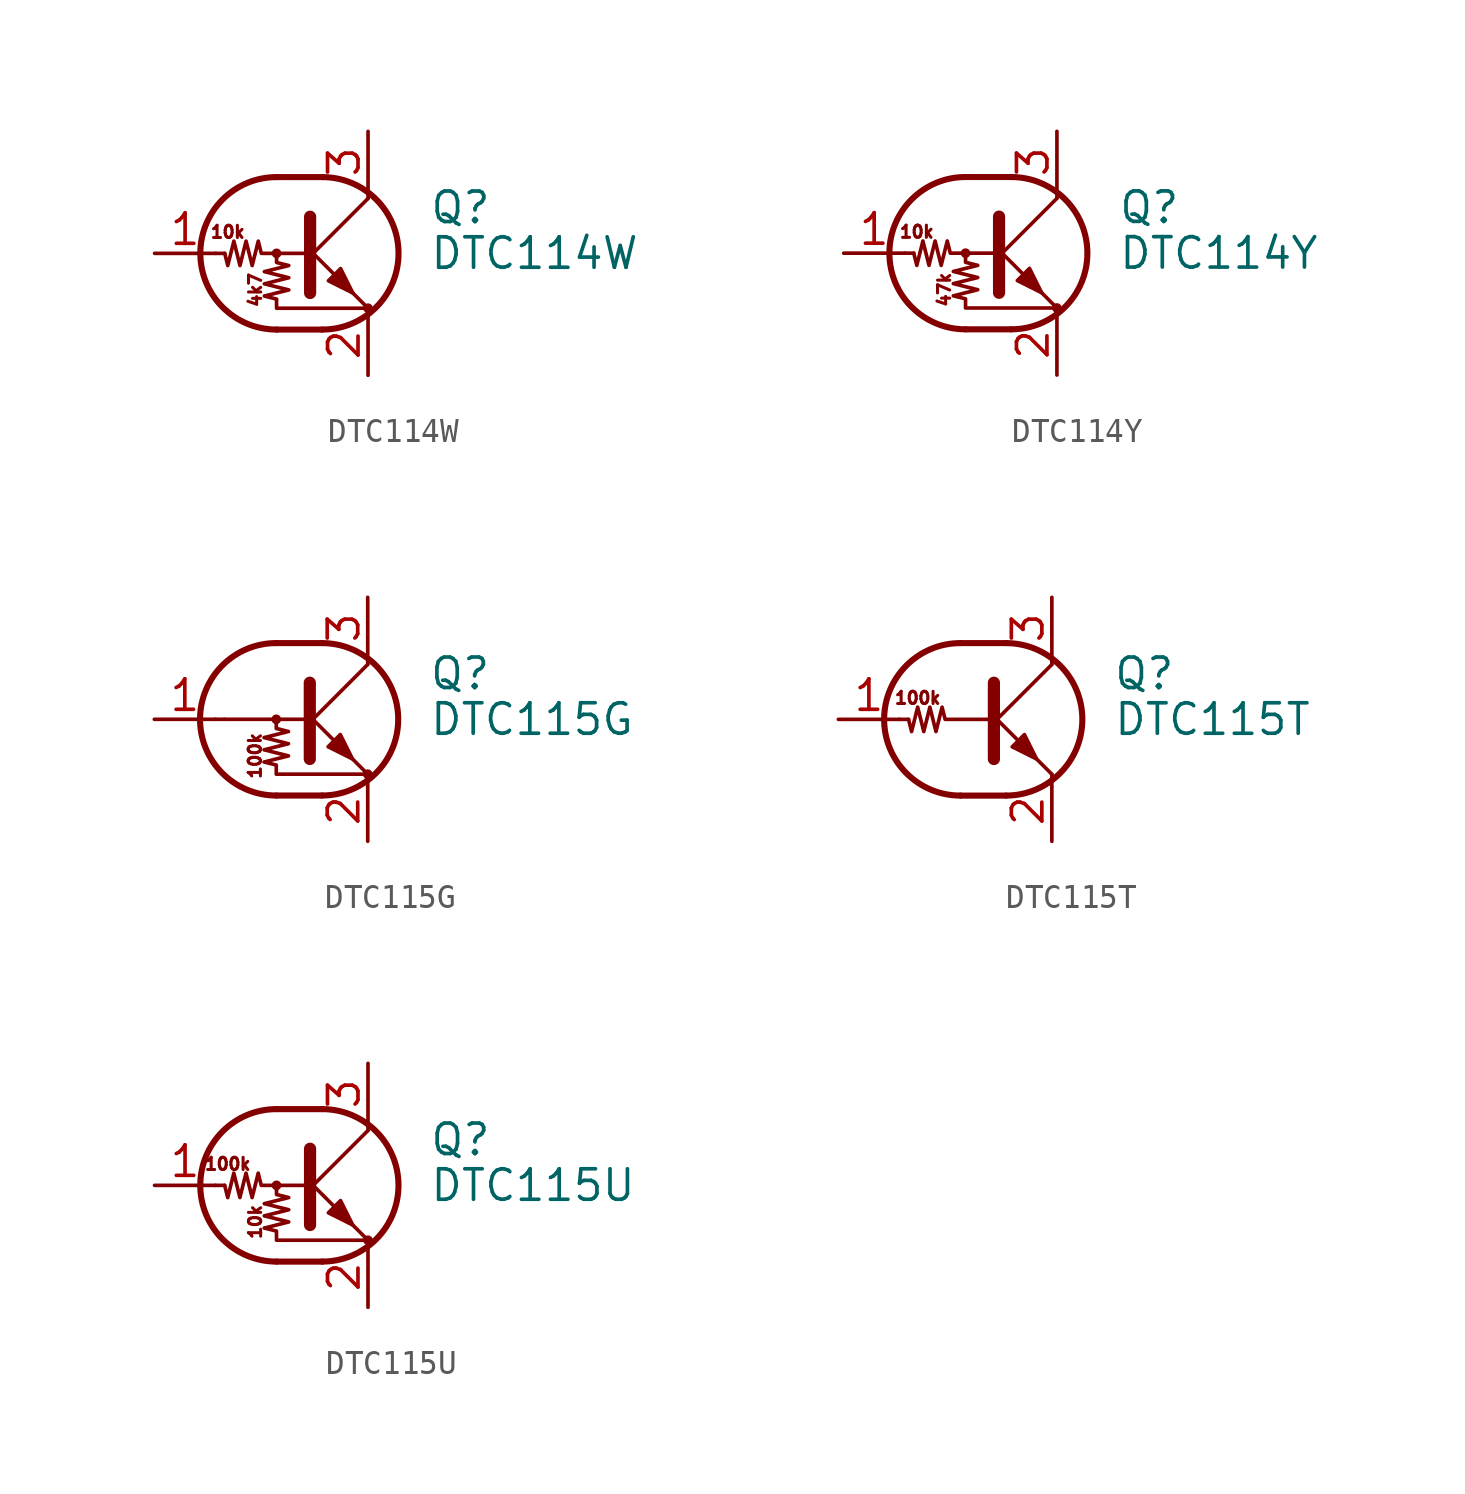
<source format=kicad_sym>
(kicad_symbol_lib
  (version 20200908)
  (generator kicad_symbol_editor)
  (symbol "Transistor_BJT:DTC114W"
    (pin_names
      (offset 0) hide)
    (property "Reference" "Q"
      (at 5.08 1.905 0)
      (effects (font (size 1.27 1.27)) (justify left)))
    (property "Value" "DTC114W"
      (at 5.08 0 0)
      (effects (font (size 1.27 1.27)) (justify left)))
    (symbol "DTC114W_0_1"
      (arc (start -1.27 3.175) (end -1.27 -3.175) (radius (at -1.27 0) (length 3.175) (angles 90.1 -90.1)) (stroke (width 0.254)) (fill (type none)))
      (arc (start 0.635 -3.175) (end 0.635 3.175) (radius (at 0.635 0) (length 3.175) (angles -89.9 89.9)) (stroke (width 0.254)) (fill (type none)))
      (circle (center -1.27 0) (radius 0.127) (stroke (width 0)) (fill (type none)))
      (circle (center 2.54 -2.286) (radius 0.127) (stroke (width 0)) (fill (type none)))
      (polyline (pts (xy -3.429 0) (xy -3.81 0)) (stroke (width 0)) (fill (type none)))
      (polyline (pts (xy -1.27 -3.175) (xy 0.635 -3.175)) (stroke (width 0.254)) (fill (type none)))
      (polyline (pts (xy -1.27 3.175) (xy 0.635 3.175)) (stroke (width 0.254)) (fill (type none)))
      (polyline (pts (xy 0 -0.254) (xy 2.54 2.286)) (stroke (width 0)) (fill (type none)))
      (polyline (pts (xy 0.127 1.524) (xy 0.127 -1.651)) (stroke (width 0.508)) (fill (type outline)))
      (polyline (pts (xy 2.54 2.286) (xy 2.54 2.54)) (stroke (width 0)) (fill (type none)))
      (polyline (pts (xy 2.54 -2.286) (xy 0 0.254) (xy 0 0.254)) (stroke (width 0)) (fill (type none)))
      (polyline (pts (xy 0.889 -1.143) (xy 1.397 -0.635) (xy 1.905 -1.651) (xy 0.889 -1.143)) (stroke (width 0)) (fill (type outline)))
      (polyline (pts (xy 0 0) (xy -1.905 0) (xy -2.032 0.508) (xy -2.286 -0.508) (xy -2.54 0.508) (xy -2.794 -0.508) (xy -3.048 0.508) (xy -3.302 -0.508) (xy -3.429 0)) (stroke (width 0)) (fill (type none)))
      (polyline (pts (xy -1.27 0) (xy -1.27 -0.381) (xy -0.762 -0.508) (xy -1.778 -0.762) (xy -0.762 -1.016) (xy -1.778 -1.27) (xy -0.762 -1.524) (xy -1.778 -1.778) (xy -1.27 -1.905) (xy -1.27 -2.286) (xy 2.54 -2.286)) (stroke (width 0)) (fill (type none))))
    (symbol "DTC114W_0_0"
      (text "10k" (at -3.302 0.889 0) (effects (font (size 0.508 0.508))))
      (text "4k7" (at -2.159 -1.524 900) (effects (font (size 0.508 0.508)))))
    (symbol "DTC114W_1_1"
      (pin input line (at -6.35 0 0) (length 2.54) (name "B" (effects (font (size 1.27 1.27)))) (number "1" (effects (font (size 1.27 1.27)))))
      (pin passive line (at 2.54 -5.08 90) (length 2.54) (name "E" (effects (font (size 1.27 1.27)))) (number "2" (effects (font (size 1.27 1.27)))))
      (pin passive line (at 2.54 5.08 270) (length 2.54) (name "C" (effects (font (size 1.27 1.27)))) (number "3" (effects (font (size 1.27 1.27)))))))
  (symbol "Transistor_BJT:DTC114Y"
    (pin_names
      (offset 0) hide)
    (property "Reference" "Q"
      (at 5.08 1.905 0)
      (effects (font (size 1.27 1.27)) (justify left)))
    (property "Value" "DTC114Y"
      (at 5.08 0 0)
      (effects (font (size 1.27 1.27)) (justify left)))
    (symbol "DTC114Y_0_1"
      (arc (start -1.27 3.175) (end -1.27 -3.175) (radius (at -1.27 0) (length 3.175) (angles 90.1 -90.1)) (stroke (width 0.254)) (fill (type none)))
      (arc (start 0.635 -3.175) (end 0.635 3.175) (radius (at 0.635 0) (length 3.175) (angles -89.9 89.9)) (stroke (width 0.254)) (fill (type none)))
      (circle (center -1.27 0) (radius 0.127) (stroke (width 0)) (fill (type none)))
      (circle (center 2.54 -2.286) (radius 0.127) (stroke (width 0)) (fill (type none)))
      (polyline (pts (xy -3.429 0) (xy -3.81 0)) (stroke (width 0)) (fill (type none)))
      (polyline (pts (xy -1.27 -3.175) (xy 0.635 -3.175)) (stroke (width 0.254)) (fill (type none)))
      (polyline (pts (xy -1.27 3.175) (xy 0.635 3.175)) (stroke (width 0.254)) (fill (type none)))
      (polyline (pts (xy 0 -0.254) (xy 2.54 2.286)) (stroke (width 0)) (fill (type none)))
      (polyline (pts (xy 0.127 1.524) (xy 0.127 -1.651)) (stroke (width 0.508)) (fill (type outline)))
      (polyline (pts (xy 2.54 2.286) (xy 2.54 2.54)) (stroke (width 0)) (fill (type none)))
      (polyline (pts (xy 2.54 -2.286) (xy 0 0.254) (xy 0 0.254)) (stroke (width 0)) (fill (type none)))
      (polyline (pts (xy 0.889 -1.143) (xy 1.397 -0.635) (xy 1.905 -1.651) (xy 0.889 -1.143)) (stroke (width 0)) (fill (type outline)))
      (polyline (pts (xy 0 0) (xy -1.905 0) (xy -2.032 0.508) (xy -2.286 -0.508) (xy -2.54 0.508) (xy -2.794 -0.508) (xy -3.048 0.508) (xy -3.302 -0.508) (xy -3.429 0)) (stroke (width 0)) (fill (type none)))
      (polyline (pts (xy -1.27 0) (xy -1.27 -0.381) (xy -0.762 -0.508) (xy -1.778 -0.762) (xy -0.762 -1.016) (xy -1.778 -1.27) (xy -0.762 -1.524) (xy -1.778 -1.778) (xy -1.27 -1.905) (xy -1.27 -2.286) (xy 2.54 -2.286)) (stroke (width 0)) (fill (type none))))
    (symbol "DTC114Y_0_0"
      (text "10k" (at -3.302 0.889 0) (effects (font (size 0.508 0.508))))
      (text "47k" (at -2.159 -1.524 900) (effects (font (size 0.508 0.508)))))
    (symbol "DTC114Y_1_1"
      (pin input line (at -6.35 0 0) (length 2.54) (name "B" (effects (font (size 1.27 1.27)))) (number "1" (effects (font (size 1.27 1.27)))))
      (pin passive line (at 2.54 -5.08 90) (length 2.54) (name "E" (effects (font (size 1.27 1.27)))) (number "2" (effects (font (size 1.27 1.27)))))
      (pin passive line (at 2.54 5.08 270) (length 2.54) (name "C" (effects (font (size 1.27 1.27)))) (number "3" (effects (font (size 1.27 1.27)))))))
  (symbol "Transistor_BJT:DTC115G"
    (pin_names
      (offset 0) hide)
    (property "Reference" "Q"
      (at 5.08 1.905 0)
      (effects (font (size 1.27 1.27)) (justify left)))
    (property "Value" "DTC115G"
      (at 5.08 0 0)
      (effects (font (size 1.27 1.27)) (justify left)))
    (symbol "DTC115G_0_1"
      (arc (start -1.27 3.175) (end -1.27 -3.175) (radius (at -1.27 0) (length 3.175) (angles 90.1 -90.1)) (stroke (width 0.254)) (fill (type none)))
      (arc (start 0.635 -3.175) (end 0.635 3.175) (radius (at 0.635 0) (length 3.175) (angles -89.9 89.9)) (stroke (width 0.254)) (fill (type none)))
      (circle (center -1.27 0) (radius 0.127) (stroke (width 0)) (fill (type none)))
      (circle (center 2.54 -2.286) (radius 0.127) (stroke (width 0)) (fill (type none)))
      (polyline (pts (xy -3.429 0) (xy -3.81 0)) (stroke (width 0)) (fill (type none)))
      (polyline (pts (xy -1.27 -3.175) (xy 0.635 -3.175)) (stroke (width 0.254)) (fill (type none)))
      (polyline (pts (xy -1.27 3.175) (xy 0.635 3.175)) (stroke (width 0.254)) (fill (type none)))
      (polyline (pts (xy 0 -0.254) (xy 2.54 2.286)) (stroke (width 0)) (fill (type none)))
      (polyline (pts (xy 0.127 1.524) (xy 0.127 -1.651)) (stroke (width 0.508)) (fill (type outline)))
      (polyline (pts (xy 2.54 2.286) (xy 2.54 2.54)) (stroke (width 0)) (fill (type none)))
      (polyline (pts (xy 2.54 -2.286) (xy 0 0.254) (xy 0 0.254)) (stroke (width 0)) (fill (type none)))
      (polyline (pts (xy 0.889 -1.143) (xy 1.397 -0.635) (xy 1.905 -1.651) (xy 0.889 -1.143)) (stroke (width 0)) (fill (type outline)))
      (polyline (pts (xy -1.27 0) (xy -1.27 -0.381) (xy -0.762 -0.508) (xy -1.778 -0.762) (xy -0.762 -1.016) (xy -1.778 -1.27) (xy -0.762 -1.524) (xy -1.778 -1.778) (xy -1.27 -1.905) (xy -1.27 -2.286) (xy 2.54 -2.286)) (stroke (width 0)) (fill (type none))))
    (symbol "DTC115G_0_0"
      (text "100k" (at -2.159 -1.524 900) (effects (font (size 0.508 0.508))))
      (polyline (pts (xy -3.429 0) (xy 0 0)) (stroke (width 0)) (fill (type none))))
    (symbol "DTC115G_1_1"
      (pin input line (at -6.35 0 0) (length 2.54) (name "B" (effects (font (size 1.27 1.27)))) (number "1" (effects (font (size 1.27 1.27)))))
      (pin passive line (at 2.54 -5.08 90) (length 2.54) (name "E" (effects (font (size 1.27 1.27)))) (number "2" (effects (font (size 1.27 1.27)))))
      (pin passive line (at 2.54 5.08 270) (length 2.54) (name "C" (effects (font (size 1.27 1.27)))) (number "3" (effects (font (size 1.27 1.27)))))))
  (symbol "Transistor_BJT:DTC115T"
    (pin_names
      (offset 0) hide)
    (property "Reference" "Q"
      (at 5.08 1.905 0)
      (effects (font (size 1.27 1.27)) (justify left)))
    (property "Value" "DTC115T"
      (at 5.08 0 0)
      (effects (font (size 1.27 1.27)) (justify left)))
    (symbol "DTC115T_0_1"
      (arc (start -1.27 3.175) (end -1.27 -3.175) (radius (at -1.27 0) (length 3.175) (angles 90.1 -90.1)) (stroke (width 0.254)) (fill (type none)))
      (arc (start 0.635 -3.175) (end 0.635 3.175) (radius (at 0.635 0) (length 3.175) (angles -89.9 89.9)) (stroke (width 0.254)) (fill (type none)))
      (polyline (pts (xy -3.429 0) (xy -3.81 0)) (stroke (width 0)) (fill (type none)))
      (polyline (pts (xy -1.27 -3.175) (xy 0.635 -3.175)) (stroke (width 0.254)) (fill (type none)))
      (polyline (pts (xy -1.27 3.175) (xy 0.635 3.175)) (stroke (width 0.254)) (fill (type none)))
      (polyline (pts (xy 0 -0.254) (xy 2.54 2.286)) (stroke (width 0)) (fill (type none)))
      (polyline (pts (xy 0.127 1.524) (xy 0.127 -1.651)) (stroke (width 0.508)) (fill (type outline)))
      (polyline (pts (xy 2.54 2.286) (xy 2.54 2.54)) (stroke (width 0)) (fill (type none)))
      (polyline (pts (xy 2.54 -2.286) (xy 0 0.254) (xy 0 0.254)) (stroke (width 0)) (fill (type none)))
      (polyline (pts (xy 0.889 -1.143) (xy 1.397 -0.635) (xy 1.905 -1.651) (xy 0.889 -1.143)) (stroke (width 0)) (fill (type outline)))
      (polyline (pts (xy 0 0) (xy -1.905 0) (xy -2.032 0.508) (xy -2.286 -0.508) (xy -2.54 0.508) (xy -2.794 -0.508) (xy -3.048 0.508) (xy -3.302 -0.508) (xy -3.429 0)) (stroke (width 0)) (fill (type none))))
    (symbol "DTC115T_0_0"
      (text "100k" (at -3.048 0.889 0) (effects (font (size 0.508 0.508))))
      (polyline (pts (xy 2.54 -2.286) (xy 2.54 -2.54)) (stroke (width 0)) (fill (type none))))
    (symbol "DTC115T_1_1"
      (pin input line (at -6.35 0 0) (length 2.54) (name "B" (effects (font (size 1.27 1.27)))) (number "1" (effects (font (size 1.27 1.27)))))
      (pin passive line (at 2.54 -5.08 90) (length 2.54) (name "E" (effects (font (size 1.27 1.27)))) (number "2" (effects (font (size 1.27 1.27)))))
      (pin passive line (at 2.54 5.08 270) (length 2.54) (name "C" (effects (font (size 1.27 1.27)))) (number "3" (effects (font (size 1.27 1.27)))))))
  (symbol "Transistor_BJT:DTC115U"
    (pin_names
      (offset 0) hide)
    (property "Reference" "Q"
      (at 5.08 1.905 0)
      (effects (font (size 1.27 1.27)) (justify left)))
    (property "Value" "DTC115U"
      (at 5.08 0 0)
      (effects (font (size 1.27 1.27)) (justify left)))
    (symbol "DTC115U_0_1"
      (arc (start -1.27 3.175) (end -1.27 -3.175) (radius (at -1.27 0) (length 3.175) (angles 90.1 -90.1)) (stroke (width 0.254)) (fill (type none)))
      (arc (start 0.635 -3.175) (end 0.635 3.175) (radius (at 0.635 0) (length 3.175) (angles -89.9 89.9)) (stroke (width 0.254)) (fill (type none)))
      (circle (center -1.27 0) (radius 0.127) (stroke (width 0)) (fill (type none)))
      (circle (center 2.54 -2.286) (radius 0.127) (stroke (width 0)) (fill (type none)))
      (polyline (pts (xy -3.429 0) (xy -3.81 0)) (stroke (width 0)) (fill (type none)))
      (polyline (pts (xy -1.27 -3.175) (xy 0.635 -3.175)) (stroke (width 0.254)) (fill (type none)))
      (polyline (pts (xy -1.27 3.175) (xy 0.635 3.175)) (stroke (width 0.254)) (fill (type none)))
      (polyline (pts (xy 0 -0.254) (xy 2.54 2.286)) (stroke (width 0)) (fill (type none)))
      (polyline (pts (xy 0.127 1.524) (xy 0.127 -1.651)) (stroke (width 0.508)) (fill (type outline)))
      (polyline (pts (xy 2.54 2.286) (xy 2.54 2.54)) (stroke (width 0)) (fill (type none)))
      (polyline (pts (xy 2.54 -2.286) (xy 0 0.254) (xy 0 0.254)) (stroke (width 0)) (fill (type none)))
      (polyline (pts (xy 0.889 -1.143) (xy 1.397 -0.635) (xy 1.905 -1.651) (xy 0.889 -1.143)) (stroke (width 0)) (fill (type outline)))
      (polyline (pts (xy 0 0) (xy -1.905 0) (xy -2.032 0.508) (xy -2.286 -0.508) (xy -2.54 0.508) (xy -2.794 -0.508) (xy -3.048 0.508) (xy -3.302 -0.508) (xy -3.429 0)) (stroke (width 0)) (fill (type none)))
      (polyline (pts (xy -1.27 0) (xy -1.27 -0.381) (xy -0.762 -0.508) (xy -1.778 -0.762) (xy -0.762 -1.016) (xy -1.778 -1.27) (xy -0.762 -1.524) (xy -1.778 -1.778) (xy -1.27 -1.905) (xy -1.27 -2.286) (xy 2.54 -2.286)) (stroke (width 0)) (fill (type none))))
    (symbol "DTC115U_0_0"
      (text "100k" (at -3.302 0.889 0) (effects (font (size 0.508 0.508))))
      (text "10k" (at -2.159 -1.524 900) (effects (font (size 0.508 0.508)))))
    (symbol "DTC115U_1_1"
      (pin input line (at -6.35 0 0) (length 2.54) (name "B" (effects (font (size 1.27 1.27)))) (number "1" (effects (font (size 1.27 1.27)))))
      (pin passive line (at 2.54 -5.08 90) (length 2.54) (name "E" (effects (font (size 1.27 1.27)))) (number "2" (effects (font (size 1.27 1.27)))))
      (pin passive line (at 2.54 5.08 270) (length 2.54) (name "C" (effects (font (size 1.27 1.27)))) (number "3" (effects (font (size 1.27 1.27))))))))
</source>
